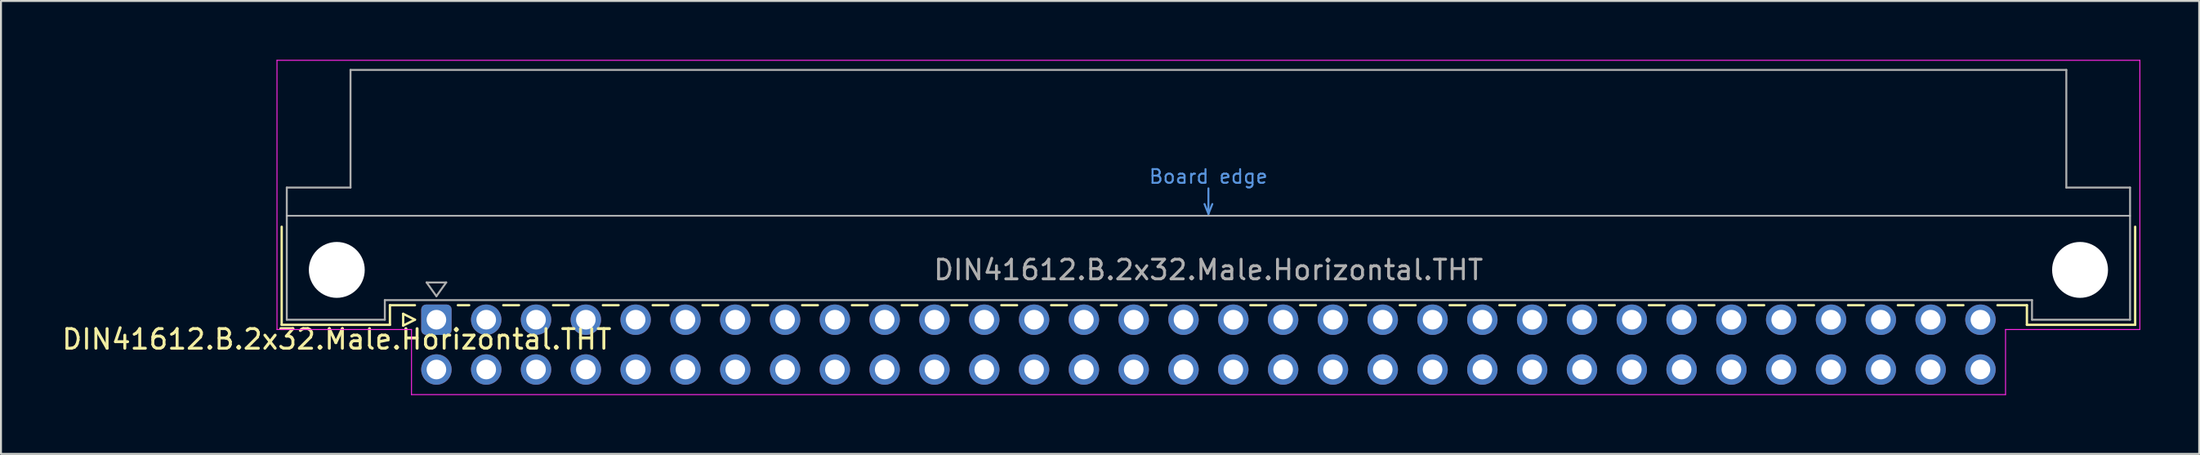
<source format=kicad_pcb>
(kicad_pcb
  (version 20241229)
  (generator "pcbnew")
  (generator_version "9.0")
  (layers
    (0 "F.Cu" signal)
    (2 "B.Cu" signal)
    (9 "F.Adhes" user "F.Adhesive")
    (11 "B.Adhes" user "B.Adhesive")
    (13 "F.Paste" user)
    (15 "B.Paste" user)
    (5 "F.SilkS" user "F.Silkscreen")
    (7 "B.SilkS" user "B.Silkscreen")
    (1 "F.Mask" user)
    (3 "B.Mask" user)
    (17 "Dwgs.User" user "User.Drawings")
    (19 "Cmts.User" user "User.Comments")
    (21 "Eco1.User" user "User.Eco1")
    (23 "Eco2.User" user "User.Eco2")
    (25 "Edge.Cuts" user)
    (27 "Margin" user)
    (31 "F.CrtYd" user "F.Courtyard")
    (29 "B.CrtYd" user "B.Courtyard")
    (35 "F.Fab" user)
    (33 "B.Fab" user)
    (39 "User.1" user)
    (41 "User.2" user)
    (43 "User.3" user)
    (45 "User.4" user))
  (footprint "DIN41612.B.2x32.Male.Horizontal.THT"
    (layer "F.Cu")
    (at 58.575 13.255)
    (property "Reference" "DIN41612.B.2x32.Male.Horizontal.THT" (at -44.45 1 0) (layer "F.SilkS") (effects (font (size 1 1) (thickness 0.15))))
    (attr through_hole)
    (fp_line (start -47.26 -4.74) (end -47.26 0.26) (stroke (width 0.12) (type solid)) (layer "F.SilkS"))
    (fp_line (start -47.26 0.26) (end -41.74 0.26) (stroke (width 0.12) (type solid)) (layer "F.SilkS"))
    (fp_line (start -41.741 -0.74) (end -40.465 -0.74) (stroke (width 0.12) (type solid)) (layer "F.SilkS"))
    (fp_line (start -41.74 0.26) (end -41.74 -0.74) (stroke (width 0.12) (type solid)) (layer "F.SilkS"))
    (fp_line (start -41.065 -0.3) (end -41.065 0.3) (stroke (width 0.12) (type solid)) (layer "F.SilkS"))
    (fp_line (start -41.065 0.3) (end -40.465 0) (stroke (width 0.12) (type solid)) (layer "F.SilkS"))
    (fp_line (start -40.465 0) (end -41.065 -0.3) (stroke (width 0.12) (type solid)) (layer "F.SilkS"))
    (fp_line (start -38.275 -0.74) (end -37.699 -0.74) (stroke (width 0.12) (type solid)) (layer "F.SilkS"))
    (fp_line (start -35.96 -0.74) (end -35.159 -0.74) (stroke (width 0.12) (type solid)) (layer "F.SilkS"))
    (fp_line (start -33.42 -0.74) (end -32.619 -0.74) (stroke (width 0.12) (type solid)) (layer "F.SilkS"))
    (fp_line (start -30.88 -0.74) (end -30.079 -0.74) (stroke (width 0.12) (type solid)) (layer "F.SilkS"))
    (fp_line (start -28.34 -0.74) (end -27.539 -0.74) (stroke (width 0.12) (type solid)) (layer "F.SilkS"))
    (fp_line (start -25.8 -0.74) (end -24.999 -0.74) (stroke (width 0.12) (type solid)) (layer "F.SilkS"))
    (fp_line (start -23.26 -0.74) (end -22.459 -0.74) (stroke (width 0.12) (type solid)) (layer "F.SilkS"))
    (fp_line (start -20.72 -0.74) (end -19.919 -0.74) (stroke (width 0.12) (type solid)) (layer "F.SilkS"))
    (fp_line (start -18.18 -0.74) (end -17.379 -0.74) (stroke (width 0.12) (type solid)) (layer "F.SilkS"))
    (fp_line (start -15.64 -0.74) (end -14.839 -0.74) (stroke (width 0.12) (type solid)) (layer "F.SilkS"))
    (fp_line (start -13.1 -0.74) (end -12.299 -0.74) (stroke (width 0.12) (type solid)) (layer "F.SilkS"))
    (fp_line (start -10.56 -0.74) (end -9.759 -0.74) (stroke (width 0.12) (type solid)) (layer "F.SilkS"))
    (fp_line (start -8.02 -0.74) (end -7.219 -0.74) (stroke (width 0.12) (type solid)) (layer "F.SilkS"))
    (fp_line (start -5.48 -0.74) (end -4.679 -0.74) (stroke (width 0.12) (type solid)) (layer "F.SilkS"))
    (fp_line (start -2.94 -0.74) (end -2.139 -0.74) (stroke (width 0.12) (type solid)) (layer "F.SilkS"))
    (fp_line (start -0.4 -0.74) (end 0.401 -0.74) (stroke (width 0.12) (type solid)) (layer "F.SilkS"))
    (fp_line (start 2.14 -0.74) (end 2.941 -0.74) (stroke (width 0.12) (type solid)) (layer "F.SilkS"))
    (fp_line (start 4.68 -0.74) (end 5.481 -0.74) (stroke (width 0.12) (type solid)) (layer "F.SilkS"))
    (fp_line (start 7.22 -0.74) (end 8.021 -0.74) (stroke (width 0.12) (type solid)) (layer "F.SilkS"))
    (fp_line (start 9.76 -0.74) (end 10.561 -0.74) (stroke (width 0.12) (type solid)) (layer "F.SilkS"))
    (fp_line (start 12.3 -0.74) (end 13.101 -0.74) (stroke (width 0.12) (type solid)) (layer "F.SilkS"))
    (fp_line (start 14.84 -0.74) (end 15.641 -0.74) (stroke (width 0.12) (type solid)) (layer "F.SilkS"))
    (fp_line (start 17.38 -0.74) (end 18.181 -0.74) (stroke (width 0.12) (type solid)) (layer "F.SilkS"))
    (fp_line (start 19.92 -0.74) (end 20.721 -0.74) (stroke (width 0.12) (type solid)) (layer "F.SilkS"))
    (fp_line (start 22.46 -0.74) (end 23.261 -0.74) (stroke (width 0.12) (type solid)) (layer "F.SilkS"))
    (fp_line (start 25 -0.74) (end 25.801 -0.74) (stroke (width 0.12) (type solid)) (layer "F.SilkS"))
    (fp_line (start 27.54 -0.74) (end 28.341 -0.74) (stroke (width 0.12) (type solid)) (layer "F.SilkS"))
    (fp_line (start 30.08 -0.74) (end 30.881 -0.74) (stroke (width 0.12) (type solid)) (layer "F.SilkS"))
    (fp_line (start 32.62 -0.74) (end 33.421 -0.74) (stroke (width 0.12) (type solid)) (layer "F.SilkS"))
    (fp_line (start 35.16 -0.74) (end 35.961 -0.74) (stroke (width 0.12) (type solid)) (layer "F.SilkS"))
    (fp_line (start 37.7 -0.74) (end 38.501 -0.74) (stroke (width 0.12) (type solid)) (layer "F.SilkS"))
    (fp_line (start 40.24 -0.74) (end 41.74 -0.74) (stroke (width 0.12) (type solid)) (layer "F.SilkS"))
    (fp_line (start 41.74 0.26) (end 41.74 -0.74) (stroke (width 0.12) (type solid)) (layer "F.SilkS"))
    (fp_line (start 47.26 -4.74) (end 47.26 0.26) (stroke (width 0.12) (type solid)) (layer "F.SilkS"))
    (fp_line (start 47.26 0.26) (end 41.74 0.26) (stroke (width 0.12) (type solid)) (layer "F.SilkS"))
    (fp_line (start -47 -5.3) (end 47 -5.3) (stroke (width 0.08) (type solid)) (layer "Dwgs.User"))
    (fp_line (start -0.2 -5.9) (end 0 -5.4) (stroke (width 0.1) (type solid)) (layer "Cmts.User"))
    (fp_line (start 0 -5.4) (end 0 -6.7) (stroke (width 0.1) (type solid)) (layer "Cmts.User"))
    (fp_line (start 0 -5.4) (end 0.2 -5.9) (stroke (width 0.1) (type solid)) (layer "Cmts.User"))
    (fp_line (start -47.5 -13.23) (end -47.5 0.5) (stroke (width 0.05) (type solid)) (layer "F.CrtYd"))
    (fp_line (start -47.5 0.5) (end -40.64 0.5) (stroke (width 0.05) (type solid)) (layer "F.CrtYd"))
    (fp_line (start -40.64 0.5) (end -40.64 3.82) (stroke (width 0.05) (type solid)) (layer "F.CrtYd"))
    (fp_line (start -40.64 3.82) (end 40.65 3.82) (stroke (width 0.05) (type solid)) (layer "F.CrtYd"))
    (fp_line (start 40.65 0.5) (end 47.5 0.5) (stroke (width 0.05) (type solid)) (layer "F.CrtYd"))
    (fp_line (start 40.65 3.82) (end 40.65 0.5) (stroke (width 0.05) (type solid)) (layer "F.CrtYd"))
    (fp_line (start 47.5 -13.23) (end -47.5 -13.23) (stroke (width 0.05) (type solid)) (layer "F.CrtYd"))
    (fp_line (start 47.5 0.5) (end 47.5 -13.23) (stroke (width 0.05) (type solid)) (layer "F.CrtYd"))
    (fp_line (start -47 -6.74) (end -47 0) (stroke (width 0.1) (type solid)) (layer "F.Fab"))
    (fp_line (start -47 0) (end -42 0) (stroke (width 0.1) (type solid)) (layer "F.Fab"))
    (fp_line (start -43.75 -12.74) (end -43.75 -6.74) (stroke (width 0.1) (type solid)) (layer "F.Fab"))
    (fp_line (start -43.75 -6.74) (end -47 -6.74) (stroke (width 0.1) (type solid)) (layer "F.Fab"))
    (fp_line (start -42 -1) (end 42 -1) (stroke (width 0.1) (type solid)) (layer "F.Fab"))
    (fp_line (start -42 0) (end -42 -1) (stroke (width 0.1) (type solid)) (layer "F.Fab"))
    (fp_line (start -39.87 -1.9) (end -38.87 -1.9) (stroke (width 0.1) (type solid)) (layer "F.Fab"))
    (fp_line (start -39.37 -1.2) (end -39.87 -1.9) (stroke (width 0.1) (type solid)) (layer "F.Fab"))
    (fp_line (start -38.87 -1.9) (end -39.37 -1.2) (stroke (width 0.1) (type solid)) (layer "F.Fab"))
    (fp_line (start 42 -1) (end 42 0) (stroke (width 0.1) (type solid)) (layer "F.Fab"))
    (fp_line (start 42 0) (end 47 0) (stroke (width 0.1) (type solid)) (layer "F.Fab"))
    (fp_line (start 43.75 -12.74) (end -43.75 -12.74) (stroke (width 0.1) (type solid)) (layer "F.Fab"))
    (fp_line (start 43.75 -6.74) (end 43.75 -12.74) (stroke (width 0.1) (type solid)) (layer "F.Fab"))
    (fp_line (start 47 -6.74) (end 43.75 -6.74) (stroke (width 0.1) (type solid)) (layer "F.Fab"))
    (fp_line (start 47 0) (end 47 -6.74) (stroke (width 0.1) (type solid)) (layer "F.Fab"))
    (fp_text user "Board edge" (at 0 -7.3 0) (layer "Cmts.User") (effects (font (size 0.7 0.7) (thickness 0.1))))
    (fp_text user "${REFERENCE}" (at 0 -2.54 0) (layer "F.Fab") (effects (font (size 1 1) (thickness 0.15))))
    (pad "" np_thru_hole circle (at -44.45 -2.54) (size 2.85 2.85) (drill 2.85) (layers "*.Cu" "*.Mask"))
    (pad "" np_thru_hole circle (at 44.45 -2.54) (size 2.85 2.85) (drill 2.85) (layers "*.Cu" "*.Mask"))
    (pad "a1" thru_hole roundrect (at -39.37 0) (size 1.55 1.55) (drill 1) (layers "*.Cu" "*.Mask") (roundrect_rratio 0.161))
    (pad "a2" thru_hole circle (at -36.83 0) (size 1.55 1.55) (drill 1) (layers "*.Cu" "*.Mask"))
    (pad "a3" thru_hole circle (at -34.29 0) (size 1.55 1.55) (drill 1) (layers "*.Cu" "*.Mask"))
    (pad "a4" thru_hole circle (at -31.75 0) (size 1.55 1.55) (drill 1) (layers "*.Cu" "*.Mask"))
    (pad "a5" thru_hole circle (at -29.21 0) (size 1.55 1.55) (drill 1) (layers "*.Cu" "*.Mask"))
    (pad "a6" thru_hole circle (at -26.67 0) (size 1.55 1.55) (drill 1) (layers "*.Cu" "*.Mask"))
    (pad "a7" thru_hole circle (at -24.13 0) (size 1.55 1.55) (drill 1) (layers "*.Cu" "*.Mask"))
    (pad "a8" thru_hole circle (at -21.59 0) (size 1.55 1.55) (drill 1) (layers "*.Cu" "*.Mask"))
    (pad "a9" thru_hole circle (at -19.05 0) (size 1.55 1.55) (drill 1) (layers "*.Cu" "*.Mask"))
    (pad "a10" thru_hole circle (at -16.51 0) (size 1.55 1.55) (drill 1) (layers "*.Cu" "*.Mask"))
    (pad "a11" thru_hole circle (at -13.97 0) (size 1.55 1.55) (drill 1) (layers "*.Cu" "*.Mask"))
    (pad "a12" thru_hole circle (at -11.43 0) (size 1.55 1.55) (drill 1) (layers "*.Cu" "*.Mask"))
    (pad "a13" thru_hole circle (at -8.89 0) (size 1.55 1.55) (drill 1) (layers "*.Cu" "*.Mask"))
    (pad "a14" thru_hole circle (at -6.35 0) (size 1.55 1.55) (drill 1) (layers "*.Cu" "*.Mask"))
    (pad "a15" thru_hole circle (at -3.81 0) (size 1.55 1.55) (drill 1) (layers "*.Cu" "*.Mask"))
    (pad "a16" thru_hole circle (at -1.27 0) (size 1.55 1.55) (drill 1) (layers "*.Cu" "*.Mask"))
    (pad "a17" thru_hole circle (at 1.27 0) (size 1.55 1.55) (drill 1) (layers "*.Cu" "*.Mask"))
    (pad "a18" thru_hole circle (at 3.81 0) (size 1.55 1.55) (drill 1) (layers "*.Cu" "*.Mask"))
    (pad "a19" thru_hole circle (at 6.35 0) (size 1.55 1.55) (drill 1) (layers "*.Cu" "*.Mask"))
    (pad "a20" thru_hole circle (at 8.89 0) (size 1.55 1.55) (drill 1) (layers "*.Cu" "*.Mask"))
    (pad "a21" thru_hole circle (at 11.43 0) (size 1.55 1.55) (drill 1) (layers "*.Cu" "*.Mask"))
    (pad "a22" thru_hole circle (at 13.97 0) (size 1.55 1.55) (drill 1) (layers "*.Cu" "*.Mask"))
    (pad "a23" thru_hole circle (at 16.51 0) (size 1.55 1.55) (drill 1) (layers "*.Cu" "*.Mask"))
    (pad "a24" thru_hole circle (at 19.05 0) (size 1.55 1.55) (drill 1) (layers "*.Cu" "*.Mask"))
    (pad "a25" thru_hole circle (at 21.59 0) (size 1.55 1.55) (drill 1) (layers "*.Cu" "*.Mask"))
    (pad "a26" thru_hole circle (at 24.13 0) (size 1.55 1.55) (drill 1) (layers "*.Cu" "*.Mask"))
    (pad "a27" thru_hole circle (at 26.67 0) (size 1.55 1.55) (drill 1) (layers "*.Cu" "*.Mask"))
    (pad "a28" thru_hole circle (at 29.21 0) (size 1.55 1.55) (drill 1) (layers "*.Cu" "*.Mask"))
    (pad "a29" thru_hole circle (at 31.75 0) (size 1.55 1.55) (drill 1) (layers "*.Cu" "*.Mask"))
    (pad "a30" thru_hole circle (at 34.29 0) (size 1.55 1.55) (drill 1) (layers "*.Cu" "*.Mask"))
    (pad "a31" thru_hole circle (at 36.83 0) (size 1.55 1.55) (drill 1) (layers "*.Cu" "*.Mask"))
    (pad "a32" thru_hole circle (at 39.37 0) (size 1.55 1.55) (drill 1) (layers "*.Cu" "*.Mask"))
    (pad "b1" thru_hole circle (at -39.37 2.54) (size 1.55 1.55) (drill 1) (layers "*.Cu" "*.Mask"))
    (pad "b2" thru_hole circle (at -36.83 2.54) (size 1.55 1.55) (drill 1) (layers "*.Cu" "*.Mask"))
    (pad "b3" thru_hole circle (at -34.29 2.54) (size 1.55 1.55) (drill 1) (layers "*.Cu" "*.Mask"))
    (pad "b4" thru_hole circle (at -31.75 2.54) (size 1.55 1.55) (drill 1) (layers "*.Cu" "*.Mask"))
    (pad "b5" thru_hole circle (at -29.21 2.54) (size 1.55 1.55) (drill 1) (layers "*.Cu" "*.Mask"))
    (pad "b6" thru_hole circle (at -26.67 2.54) (size 1.55 1.55) (drill 1) (layers "*.Cu" "*.Mask"))
    (pad "b7" thru_hole circle (at -24.13 2.54) (size 1.55 1.55) (drill 1) (layers "*.Cu" "*.Mask"))
    (pad "b8" thru_hole circle (at -21.59 2.54) (size 1.55 1.55) (drill 1) (layers "*.Cu" "*.Mask"))
    (pad "b9" thru_hole circle (at -19.05 2.54) (size 1.55 1.55) (drill 1) (layers "*.Cu" "*.Mask"))
    (pad "b10" thru_hole circle (at -16.51 2.54) (size 1.55 1.55) (drill 1) (layers "*.Cu" "*.Mask"))
    (pad "b11" thru_hole circle (at -13.97 2.54) (size 1.55 1.55) (drill 1) (layers "*.Cu" "*.Mask"))
    (pad "b12" thru_hole circle (at -11.43 2.54) (size 1.55 1.55) (drill 1) (layers "*.Cu" "*.Mask"))
    (pad "b13" thru_hole circle (at -8.89 2.54) (size 1.55 1.55) (drill 1) (layers "*.Cu" "*.Mask"))
    (pad "b14" thru_hole circle (at -6.35 2.54) (size 1.55 1.55) (drill 1) (layers "*.Cu" "*.Mask"))
    (pad "b15" thru_hole circle (at -3.81 2.54) (size 1.55 1.55) (drill 1) (layers "*.Cu" "*.Mask"))
    (pad "b16" thru_hole circle (at -1.27 2.54) (size 1.55 1.55) (drill 1) (layers "*.Cu" "*.Mask"))
    (pad "b17" thru_hole circle (at 1.27 2.54) (size 1.55 1.55) (drill 1) (layers "*.Cu" "*.Mask"))
    (pad "b18" thru_hole circle (at 3.81 2.54) (size 1.55 1.55) (drill 1) (layers "*.Cu" "*.Mask"))
    (pad "b19" thru_hole circle (at 6.35 2.54) (size 1.55 1.55) (drill 1) (layers "*.Cu" "*.Mask"))
    (pad "b20" thru_hole circle (at 8.89 2.54) (size 1.55 1.55) (drill 1) (layers "*.Cu" "*.Mask"))
    (pad "b21" thru_hole circle (at 11.43 2.54) (size 1.55 1.55) (drill 1) (layers "*.Cu" "*.Mask"))
    (pad "b22" thru_hole circle (at 13.97 2.54) (size 1.55 1.55) (drill 1) (layers "*.Cu" "*.Mask"))
    (pad "b23" thru_hole circle (at 16.51 2.54) (size 1.55 1.55) (drill 1) (layers "*.Cu" "*.Mask"))
    (pad "b24" thru_hole circle (at 19.05 2.54) (size 1.55 1.55) (drill 1) (layers "*.Cu" "*.Mask"))
    (pad "b25" thru_hole circle (at 21.59 2.54) (size 1.55 1.55) (drill 1) (layers "*.Cu" "*.Mask"))
    (pad "b26" thru_hole circle (at 24.13 2.54) (size 1.55 1.55) (drill 1) (layers "*.Cu" "*.Mask"))
    (pad "b27" thru_hole circle (at 26.67 2.54) (size 1.55 1.55) (drill 1) (layers "*.Cu" "*.Mask"))
    (pad "b28" thru_hole circle (at 29.21 2.54) (size 1.55 1.55) (drill 1) (layers "*.Cu" "*.Mask"))
    (pad "b29" thru_hole circle (at 31.75 2.54) (size 1.55 1.55) (drill 1) (layers "*.Cu" "*.Mask"))
    (pad "b30" thru_hole circle (at 34.29 2.54) (size 1.55 1.55) (drill 1) (layers "*.Cu" "*.Mask"))
    (pad "b31" thru_hole circle (at 36.83 2.54) (size 1.55 1.55) (drill 1) (layers "*.Cu" "*.Mask"))
    (pad "b32" thru_hole circle (at 39.37 2.54) (size 1.55 1.55) (drill 1) (layers "*.Cu" "*.Mask")))
  (gr_rect
    (start -3 -3)
    (end 109.1 20.1)
    (stroke (width 0.1) (type default))
    (fill no)
    (layer "Edge.Cuts")))
</source>
